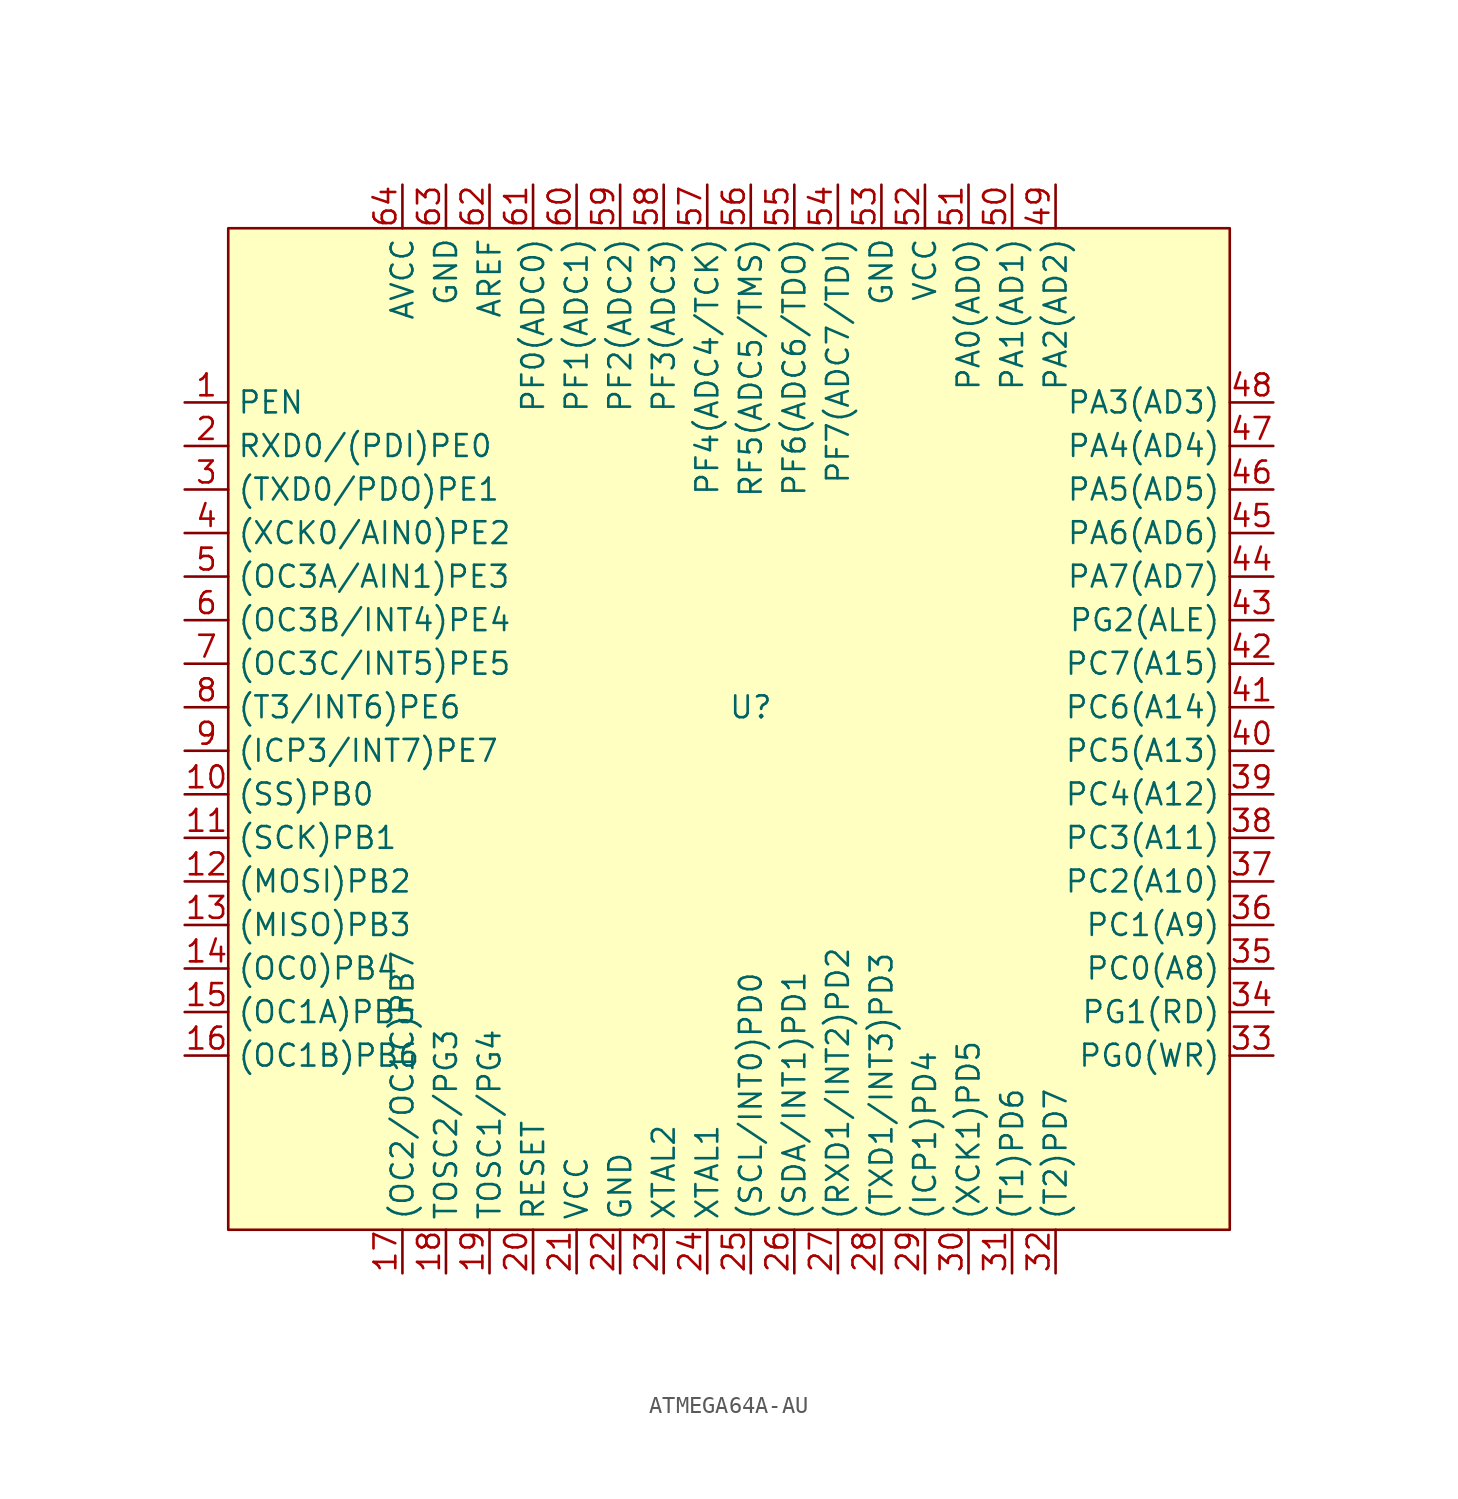
<source format=kicad_sym>
(kicad_symbol_lib
  (version 20220914)
  (generator kicad_symbol_editor)
  (symbol "ATMEGA64A-AU"
    (property "Reference" "U"
      (at 0 0 0)
      (effects (font (size 1.27 1.27))))
    (property "Value" ""
      (at -30.48 15.24 0)
      (effects (font (size 1.27 1.27))))
    (symbol "ATMEGA64A-AU_1_1"
      (rectangle (start -30.48 27.94) (end 27.94 -30.48) (stroke (width 0) (type default)) (fill (type background)))
      (pin passive line (at -33.02 17.78 0) (length 2.54) (name "PEN" (effects (font (size 1.27 1.27)))) (number "1" (effects (font (size 1.27 1.27)))))
      (pin passive line (at -33.02 -5.08 0) (length 2.54) (name "(SS)PB0" (effects (font (size 1.27 1.27)))) (number "10" (effects (font (size 1.27 1.27)))))
      (pin passive line (at -33.02 -7.62 0) (length 2.54) (name "(SCK)PB1" (effects (font (size 1.27 1.27)))) (number "11" (effects (font (size 1.27 1.27)))))
      (pin passive line (at -33.02 -10.16 0) (length 2.54) (name "(MOSI)PB2" (effects (font (size 1.27 1.27)))) (number "12" (effects (font (size 1.27 1.27)))))
      (pin passive line (at -33.02 -12.7 0) (length 2.54) (name "(MISO)PB3" (effects (font (size 1.27 1.27)))) (number "13" (effects (font (size 1.27 1.27)))))
      (pin passive line (at -33.02 -15.24 0) (length 2.54) (name "(OC0)PB4" (effects (font (size 1.27 1.27)))) (number "14" (effects (font (size 1.27 1.27)))))
      (pin passive line (at -33.02 -17.78 0) (length 2.54) (name "(OC1A)PB5" (effects (font (size 1.27 1.27)))) (number "15" (effects (font (size 1.27 1.27)))))
      (pin passive line (at -33.02 -20.32 0) (length 2.54) (name "(OC1B)PB6" (effects (font (size 1.27 1.27)))) (number "16" (effects (font (size 1.27 1.27)))))
      (pin passive line (at -20.32 -33.02 90) (length 2.54) (name "(OC2/OC1C)PB7" (effects (font (size 1.27 1.27)))) (number "17" (effects (font (size 1.27 1.27)))))
      (pin passive line (at -17.78 -33.02 90) (length 2.54) (name "TOSC2/PG3" (effects (font (size 1.27 1.27)))) (number "18" (effects (font (size 1.27 1.27)))))
      (pin passive line (at -15.24 -33.02 90) (length 2.54) (name "TOSC1/PG4" (effects (font (size 1.27 1.27)))) (number "19" (effects (font (size 1.27 1.27)))))
      (pin passive line (at -33.02 15.24 0) (length 2.54) (name "RXD0/(PDI)PE0" (effects (font (size 1.27 1.27)))) (number "2" (effects (font (size 1.27 1.27)))))
      (pin passive line (at -12.7 -33.02 90) (length 2.54) (name "RESET" (effects (font (size 1.27 1.27)))) (number "20" (effects (font (size 1.27 1.27)))))
      (pin passive line (at -10.16 -33.02 90) (length 2.54) (name "VCC" (effects (font (size 1.27 1.27)))) (number "21" (effects (font (size 1.27 1.27)))))
      (pin passive line (at -7.62 -33.02 90) (length 2.54) (name "GND" (effects (font (size 1.27 1.27)))) (number "22" (effects (font (size 1.27 1.27)))))
      (pin passive line (at -5.08 -33.02 90) (length 2.54) (name "XTAL2" (effects (font (size 1.27 1.27)))) (number "23" (effects (font (size 1.27 1.27)))))
      (pin passive line (at -2.54 -33.02 90) (length 2.54) (name "XTAL1" (effects (font (size 1.27 1.27)))) (number "24" (effects (font (size 1.27 1.27)))))
      (pin passive line (at 0 -33.02 90) (length 2.54) (name "(SCL/INT0)PD0" (effects (font (size 1.27 1.27)))) (number "25" (effects (font (size 1.27 1.27)))))
      (pin passive line (at 2.54 -33.02 90) (length 2.54) (name "(SDA/INT1)PD1" (effects (font (size 1.27 1.27)))) (number "26" (effects (font (size 1.27 1.27)))))
      (pin passive line (at 5.08 -33.02 90) (length 2.54) (name "(RXD1/INT2)PD2" (effects (font (size 1.27 1.27)))) (number "27" (effects (font (size 1.27 1.27)))))
      (pin passive line (at 7.62 -33.02 90) (length 2.54) (name "(TXD1/INT3)PD3" (effects (font (size 1.27 1.27)))) (number "28" (effects (font (size 1.27 1.27)))))
      (pin passive line (at 10.16 -33.02 90) (length 2.54) (name "(ICP1)PD4" (effects (font (size 1.27 1.27)))) (number "29" (effects (font (size 1.27 1.27)))))
      (pin passive line (at -33.02 12.7 0) (length 2.54) (name "(TXD0/PDO)PE1" (effects (font (size 1.27 1.27)))) (number "3" (effects (font (size 1.27 1.27)))))
      (pin passive line (at 12.7 -33.02 90) (length 2.54) (name "(XCK1)PD5" (effects (font (size 1.27 1.27)))) (number "30" (effects (font (size 1.27 1.27)))))
      (pin passive line (at 15.24 -33.02 90) (length 2.54) (name "(T1)PD6" (effects (font (size 1.27 1.27)))) (number "31" (effects (font (size 1.27 1.27)))))
      (pin passive line (at 17.78 -33.02 90) (length 2.54) (name "(T2)PD7" (effects (font (size 1.27 1.27)))) (number "32" (effects (font (size 1.27 1.27)))))
      (pin passive line (at 30.48 -20.32 180) (length 2.54) (name "PG0(WR)" (effects (font (size 1.27 1.27)))) (number "33" (effects (font (size 1.27 1.27)))))
      (pin passive line (at 30.48 -17.78 180) (length 2.54) (name "PG1(RD)" (effects (font (size 1.27 1.27)))) (number "34" (effects (font (size 1.27 1.27)))))
      (pin passive line (at 30.48 -15.24 180) (length 2.54) (name "PC0(A8)" (effects (font (size 1.27 1.27)))) (number "35" (effects (font (size 1.27 1.27)))))
      (pin passive line (at 30.48 -12.7 180) (length 2.54) (name "PC1(A9)" (effects (font (size 1.27 1.27)))) (number "36" (effects (font (size 1.27 1.27)))))
      (pin passive line (at 30.48 -10.16 180) (length 2.54) (name "PC2(A10)" (effects (font (size 1.27 1.27)))) (number "37" (effects (font (size 1.27 1.27)))))
      (pin passive line (at 30.48 -7.62 180) (length 2.54) (name "PC3(A11)" (effects (font (size 1.27 1.27)))) (number "38" (effects (font (size 1.27 1.27)))))
      (pin passive line (at 30.48 -5.08 180) (length 2.54) (name "PC4(A12)" (effects (font (size 1.27 1.27)))) (number "39" (effects (font (size 1.27 1.27)))))
      (pin passive line (at -33.02 10.16 0) (length 2.54) (name "(XCK0/AIN0)PE2" (effects (font (size 1.27 1.27)))) (number "4" (effects (font (size 1.27 1.27)))))
      (pin passive line (at 30.48 -2.54 180) (length 2.54) (name "PC5(A13)" (effects (font (size 1.27 1.27)))) (number "40" (effects (font (size 1.27 1.27)))))
      (pin passive line (at 30.48 0 180) (length 2.54) (name "PC6(A14)" (effects (font (size 1.27 1.27)))) (number "41" (effects (font (size 1.27 1.27)))))
      (pin passive line (at 30.48 2.54 180) (length 2.54) (name "PC7(A15)" (effects (font (size 1.27 1.27)))) (number "42" (effects (font (size 1.27 1.27)))))
      (pin passive line (at 30.48 5.08 180) (length 2.54) (name "PG2(ALE)" (effects (font (size 1.27 1.27)))) (number "43" (effects (font (size 1.27 1.27)))))
      (pin passive line (at 30.48 7.62 180) (length 2.54) (name "PA7(AD7)" (effects (font (size 1.27 1.27)))) (number "44" (effects (font (size 1.27 1.27)))))
      (pin passive line (at 30.48 10.16 180) (length 2.54) (name "PA6(AD6)" (effects (font (size 1.27 1.27)))) (number "45" (effects (font (size 1.27 1.27)))))
      (pin passive line (at 30.48 12.7 180) (length 2.54) (name "PA5(AD5)" (effects (font (size 1.27 1.27)))) (number "46" (effects (font (size 1.27 1.27)))))
      (pin passive line (at 30.48 15.24 180) (length 2.54) (name "PA4(AD4)" (effects (font (size 1.27 1.27)))) (number "47" (effects (font (size 1.27 1.27)))))
      (pin passive line (at 30.48 17.78 180) (length 2.54) (name "PA3(AD3)" (effects (font (size 1.27 1.27)))) (number "48" (effects (font (size 1.27 1.27)))))
      (pin passive line (at 17.78 30.48 270) (length 2.54) (name "PA2(AD2)" (effects (font (size 1.27 1.27)))) (number "49" (effects (font (size 1.27 1.27)))))
      (pin passive line (at -33.02 7.62 0) (length 2.54) (name "(OC3A/AIN1)PE3" (effects (font (size 1.27 1.27)))) (number "5" (effects (font (size 1.27 1.27)))))
      (pin passive line (at 15.24 30.48 270) (length 2.54) (name "PA1(AD1)" (effects (font (size 1.27 1.27)))) (number "50" (effects (font (size 1.27 1.27)))))
      (pin passive line (at 12.7 30.48 270) (length 2.54) (name "PA0(AD0)" (effects (font (size 1.27 1.27)))) (number "51" (effects (font (size 1.27 1.27)))))
      (pin passive line (at 10.16 30.48 270) (length 2.54) (name "VCC" (effects (font (size 1.27 1.27)))) (number "52" (effects (font (size 1.27 1.27)))))
      (pin passive line (at 7.62 30.48 270) (length 2.54) (name "GND" (effects (font (size 1.27 1.27)))) (number "53" (effects (font (size 1.27 1.27)))))
      (pin passive line (at 5.08 30.48 270) (length 2.54) (name "PF7(ADC7/TDI)" (effects (font (size 1.27 1.27)))) (number "54" (effects (font (size 1.27 1.27)))))
      (pin passive line (at 2.54 30.48 270) (length 2.54) (name "PF6(ADC6/TDO)" (effects (font (size 1.27 1.27)))) (number "55" (effects (font (size 1.27 1.27)))))
      (pin passive line (at 0 30.48 270) (length 2.54) (name "RF5(ADC5/TMS)" (effects (font (size 1.27 1.27)))) (number "56" (effects (font (size 1.27 1.27)))))
      (pin passive line (at -2.54 30.48 270) (length 2.54) (name "PF4(ADC4/TCK)" (effects (font (size 1.27 1.27)))) (number "57" (effects (font (size 1.27 1.27)))))
      (pin passive line (at -5.08 30.48 270) (length 2.54) (name "PF3(ADC3)" (effects (font (size 1.27 1.27)))) (number "58" (effects (font (size 1.27 1.27)))))
      (pin passive line (at -7.62 30.48 270) (length 2.54) (name "PF2(ADC2)" (effects (font (size 1.27 1.27)))) (number "59" (effects (font (size 1.27 1.27)))))
      (pin passive line (at -33.02 5.08 0) (length 2.54) (name "(OC3B/INT4)PE4" (effects (font (size 1.27 1.27)))) (number "6" (effects (font (size 1.27 1.27)))))
      (pin passive line (at -10.16 30.48 270) (length 2.54) (name "PF1(ADC1)" (effects (font (size 1.27 1.27)))) (number "60" (effects (font (size 1.27 1.27)))))
      (pin passive line (at -12.7 30.48 270) (length 2.54) (name "PF0(ADC0)" (effects (font (size 1.27 1.27)))) (number "61" (effects (font (size 1.27 1.27)))))
      (pin passive line (at -15.24 30.48 270) (length 2.54) (name "AREF" (effects (font (size 1.27 1.27)))) (number "62" (effects (font (size 1.27 1.27)))))
      (pin passive line (at -17.78 30.48 270) (length 2.54) (name "GND" (effects (font (size 1.27 1.27)))) (number "63" (effects (font (size 1.27 1.27)))))
      (pin passive line (at -20.32 30.48 270) (length 2.54) (name "AVCC" (effects (font (size 1.27 1.27)))) (number "64" (effects (font (size 1.27 1.27)))))
      (pin passive line (at -33.02 2.54 0) (length 2.54) (name "(OC3C/INT5)PE5" (effects (font (size 1.27 1.27)))) (number "7" (effects (font (size 1.27 1.27)))))
      (pin passive line (at -33.02 0 0) (length 2.54) (name "(T3/INT6)PE6" (effects (font (size 1.27 1.27)))) (number "8" (effects (font (size 1.27 1.27)))))
      (pin passive line (at -33.02 -2.54 0) (length 2.54) (name "(ICP3/INT7)PE7" (effects (font (size 1.27 1.27)))) (number "9" (effects (font (size 1.27 1.27))))))))
</source>
